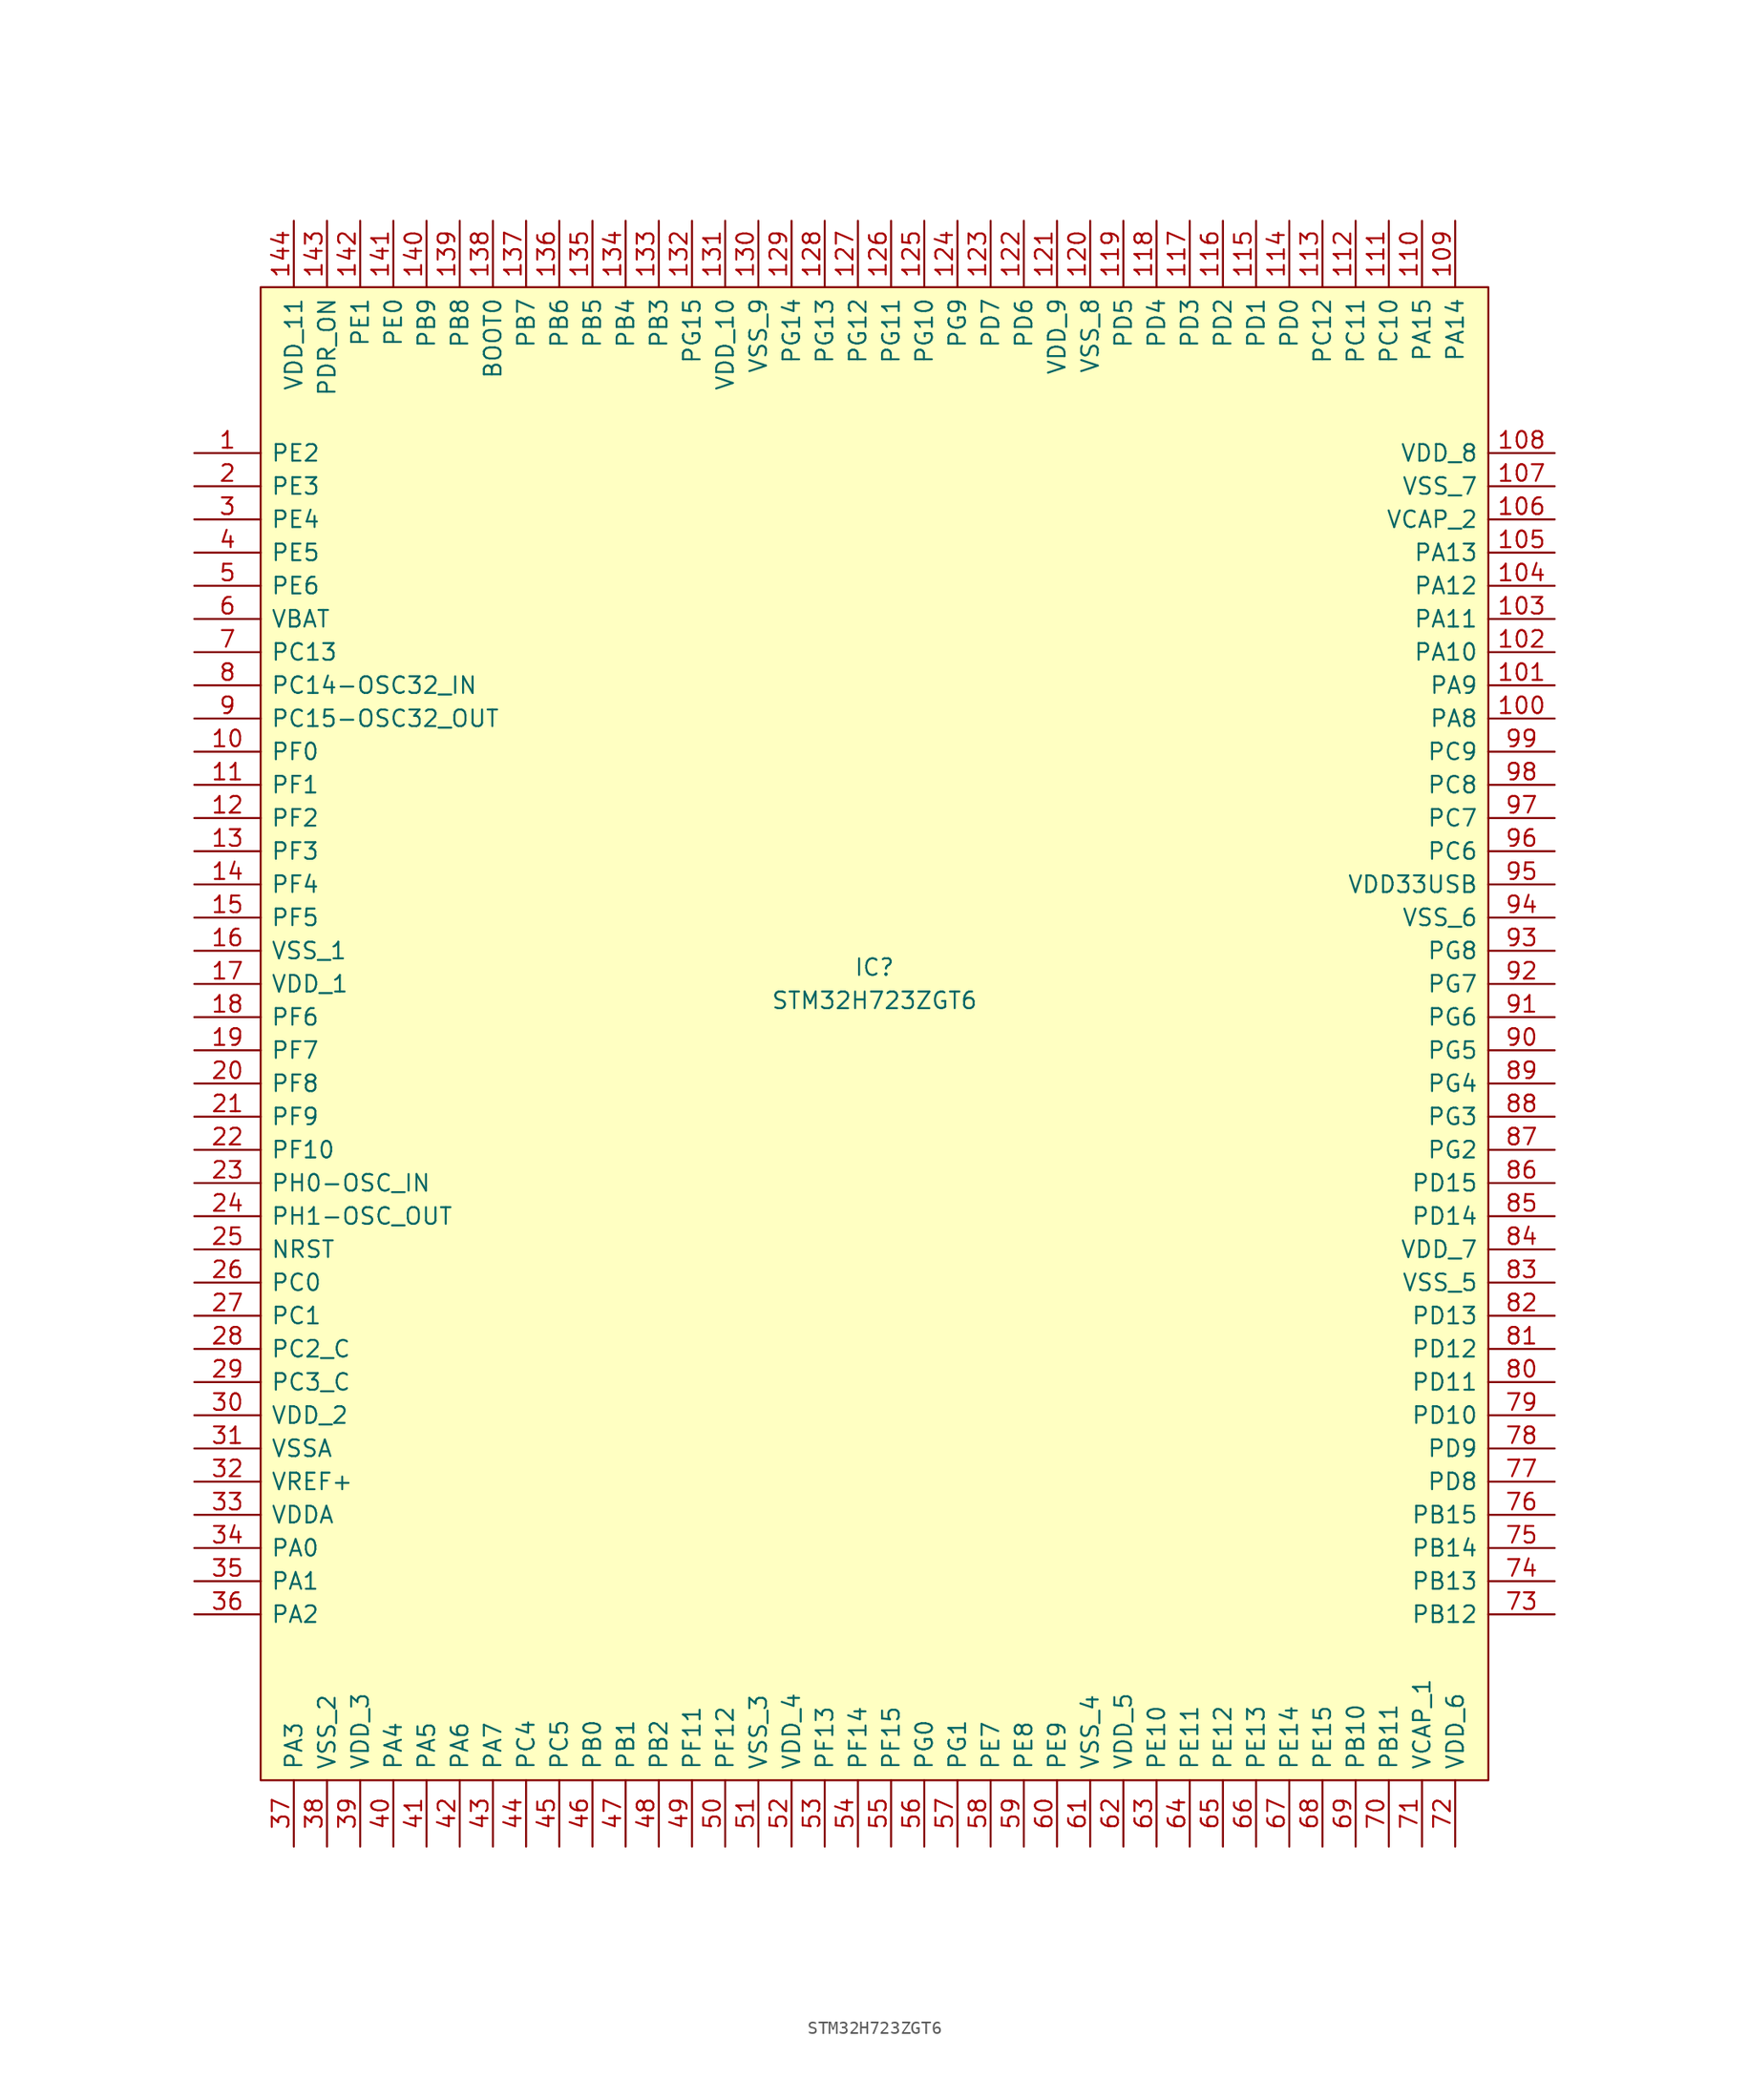
<source format=kicad_sym>
(kicad_symbol_lib
  (version 20220914)
  (generator kicad_symbol_editor)
  (symbol "STM32H723ZGT6"
    (pin_names
      (offset 0.762))
    (property "Reference" "IC"
      (at 52.07 -39.37 0)
      (effects (font (size 1.27 1.27))))
    (property "Value" "STM32H723ZGT6"
      (at 52.07 -41.91 0)
      (effects (font (size 1.27 1.27))))
    (symbol "STM32H723ZGT6_0_0"
      (pin passive line (at 0 0 0) (length 5.08) (name "PE2" (effects (font (size 1.27 1.27)))) (number "1" (effects (font (size 1.27 1.27)))))
      (pin passive line (at 0 -22.86 0) (length 5.08) (name "PF0" (effects (font (size 1.27 1.27)))) (number "10" (effects (font (size 1.27 1.27)))))
      (pin passive line (at 104.14 -20.32 180) (length 5.08) (name "PA8" (effects (font (size 1.27 1.27)))) (number "100" (effects (font (size 1.27 1.27)))))
      (pin passive line (at 104.14 -17.78 180) (length 5.08) (name "PA9" (effects (font (size 1.27 1.27)))) (number "101" (effects (font (size 1.27 1.27)))))
      (pin passive line (at 104.14 -15.24 180) (length 5.08) (name "PA10" (effects (font (size 1.27 1.27)))) (number "102" (effects (font (size 1.27 1.27)))))
      (pin passive line (at 104.14 -12.7 180) (length 5.08) (name "PA11" (effects (font (size 1.27 1.27)))) (number "103" (effects (font (size 1.27 1.27)))))
      (pin passive line (at 104.14 -10.16 180) (length 5.08) (name "PA12" (effects (font (size 1.27 1.27)))) (number "104" (effects (font (size 1.27 1.27)))))
      (pin passive line (at 104.14 -7.62 180) (length 5.08) (name "PA13" (effects (font (size 1.27 1.27)))) (number "105" (effects (font (size 1.27 1.27)))))
      (pin passive line (at 104.14 -5.08 180) (length 5.08) (name "VCAP_2" (effects (font (size 1.27 1.27)))) (number "106" (effects (font (size 1.27 1.27)))))
      (pin passive line (at 104.14 -2.54 180) (length 5.08) (name "VSS_7" (effects (font (size 1.27 1.27)))) (number "107" (effects (font (size 1.27 1.27)))))
      (pin passive line (at 104.14 0 180) (length 5.08) (name "VDD_8" (effects (font (size 1.27 1.27)))) (number "108" (effects (font (size 1.27 1.27)))))
      (pin passive line (at 96.52 17.78 270) (length 5.08) (name "PA14" (effects (font (size 1.27 1.27)))) (number "109" (effects (font (size 1.27 1.27)))))
      (pin passive line (at 0 -25.4 0) (length 5.08) (name "PF1" (effects (font (size 1.27 1.27)))) (number "11" (effects (font (size 1.27 1.27)))))
      (pin passive line (at 93.98 17.78 270) (length 5.08) (name "PA15" (effects (font (size 1.27 1.27)))) (number "110" (effects (font (size 1.27 1.27)))))
      (pin passive line (at 91.44 17.78 270) (length 5.08) (name "PC10" (effects (font (size 1.27 1.27)))) (number "111" (effects (font (size 1.27 1.27)))))
      (pin passive line (at 88.9 17.78 270) (length 5.08) (name "PC11" (effects (font (size 1.27 1.27)))) (number "112" (effects (font (size 1.27 1.27)))))
      (pin passive line (at 86.36 17.78 270) (length 5.08) (name "PC12" (effects (font (size 1.27 1.27)))) (number "113" (effects (font (size 1.27 1.27)))))
      (pin passive line (at 83.82 17.78 270) (length 5.08) (name "PD0" (effects (font (size 1.27 1.27)))) (number "114" (effects (font (size 1.27 1.27)))))
      (pin passive line (at 81.28 17.78 270) (length 5.08) (name "PD1" (effects (font (size 1.27 1.27)))) (number "115" (effects (font (size 1.27 1.27)))))
      (pin passive line (at 78.74 17.78 270) (length 5.08) (name "PD2" (effects (font (size 1.27 1.27)))) (number "116" (effects (font (size 1.27 1.27)))))
      (pin passive line (at 76.2 17.78 270) (length 5.08) (name "PD3" (effects (font (size 1.27 1.27)))) (number "117" (effects (font (size 1.27 1.27)))))
      (pin passive line (at 73.66 17.78 270) (length 5.08) (name "PD4" (effects (font (size 1.27 1.27)))) (number "118" (effects (font (size 1.27 1.27)))))
      (pin passive line (at 71.12 17.78 270) (length 5.08) (name "PD5" (effects (font (size 1.27 1.27)))) (number "119" (effects (font (size 1.27 1.27)))))
      (pin passive line (at 0 -27.94 0) (length 5.08) (name "PF2" (effects (font (size 1.27 1.27)))) (number "12" (effects (font (size 1.27 1.27)))))
      (pin passive line (at 68.58 17.78 270) (length 5.08) (name "VSS_8" (effects (font (size 1.27 1.27)))) (number "120" (effects (font (size 1.27 1.27)))))
      (pin passive line (at 66.04 17.78 270) (length 5.08) (name "VDD_9" (effects (font (size 1.27 1.27)))) (number "121" (effects (font (size 1.27 1.27)))))
      (pin passive line (at 63.5 17.78 270) (length 5.08) (name "PD6" (effects (font (size 1.27 1.27)))) (number "122" (effects (font (size 1.27 1.27)))))
      (pin passive line (at 60.96 17.78 270) (length 5.08) (name "PD7" (effects (font (size 1.27 1.27)))) (number "123" (effects (font (size 1.27 1.27)))))
      (pin passive line (at 58.42 17.78 270) (length 5.08) (name "PG9" (effects (font (size 1.27 1.27)))) (number "124" (effects (font (size 1.27 1.27)))))
      (pin passive line (at 55.88 17.78 270) (length 5.08) (name "PG10" (effects (font (size 1.27 1.27)))) (number "125" (effects (font (size 1.27 1.27)))))
      (pin passive line (at 53.34 17.78 270) (length 5.08) (name "PG11" (effects (font (size 1.27 1.27)))) (number "126" (effects (font (size 1.27 1.27)))))
      (pin passive line (at 50.8 17.78 270) (length 5.08) (name "PG12" (effects (font (size 1.27 1.27)))) (number "127" (effects (font (size 1.27 1.27)))))
      (pin passive line (at 48.26 17.78 270) (length 5.08) (name "PG13" (effects (font (size 1.27 1.27)))) (number "128" (effects (font (size 1.27 1.27)))))
      (pin passive line (at 45.72 17.78 270) (length 5.08) (name "PG14" (effects (font (size 1.27 1.27)))) (number "129" (effects (font (size 1.27 1.27)))))
      (pin passive line (at 0 -30.48 0) (length 5.08) (name "PF3" (effects (font (size 1.27 1.27)))) (number "13" (effects (font (size 1.27 1.27)))))
      (pin passive line (at 43.18 17.78 270) (length 5.08) (name "VSS_9" (effects (font (size 1.27 1.27)))) (number "130" (effects (font (size 1.27 1.27)))))
      (pin passive line (at 40.64 17.78 270) (length 5.08) (name "VDD_10" (effects (font (size 1.27 1.27)))) (number "131" (effects (font (size 1.27 1.27)))))
      (pin passive line (at 38.1 17.78 270) (length 5.08) (name "PG15" (effects (font (size 1.27 1.27)))) (number "132" (effects (font (size 1.27 1.27)))))
      (pin passive line (at 35.56 17.78 270) (length 5.08) (name "PB3" (effects (font (size 1.27 1.27)))) (number "133" (effects (font (size 1.27 1.27)))))
      (pin passive line (at 33.02 17.78 270) (length 5.08) (name "PB4" (effects (font (size 1.27 1.27)))) (number "134" (effects (font (size 1.27 1.27)))))
      (pin passive line (at 30.48 17.78 270) (length 5.08) (name "PB5" (effects (font (size 1.27 1.27)))) (number "135" (effects (font (size 1.27 1.27)))))
      (pin passive line (at 27.94 17.78 270) (length 5.08) (name "PB6" (effects (font (size 1.27 1.27)))) (number "136" (effects (font (size 1.27 1.27)))))
      (pin passive line (at 25.4 17.78 270) (length 5.08) (name "PB7" (effects (font (size 1.27 1.27)))) (number "137" (effects (font (size 1.27 1.27)))))
      (pin passive line (at 22.86 17.78 270) (length 5.08) (name "BOOT0" (effects (font (size 1.27 1.27)))) (number "138" (effects (font (size 1.27 1.27)))))
      (pin passive line (at 20.32 17.78 270) (length 5.08) (name "PB8" (effects (font (size 1.27 1.27)))) (number "139" (effects (font (size 1.27 1.27)))))
      (pin passive line (at 0 -33.02 0) (length 5.08) (name "PF4" (effects (font (size 1.27 1.27)))) (number "14" (effects (font (size 1.27 1.27)))))
      (pin passive line (at 17.78 17.78 270) (length 5.08) (name "PB9" (effects (font (size 1.27 1.27)))) (number "140" (effects (font (size 1.27 1.27)))))
      (pin passive line (at 15.24 17.78 270) (length 5.08) (name "PE0" (effects (font (size 1.27 1.27)))) (number "141" (effects (font (size 1.27 1.27)))))
      (pin passive line (at 12.7 17.78 270) (length 5.08) (name "PE1" (effects (font (size 1.27 1.27)))) (number "142" (effects (font (size 1.27 1.27)))))
      (pin passive line (at 10.16 17.78 270) (length 5.08) (name "PDR_ON" (effects (font (size 1.27 1.27)))) (number "143" (effects (font (size 1.27 1.27)))))
      (pin passive line (at 7.62 17.78 270) (length 5.08) (name "VDD_11" (effects (font (size 1.27 1.27)))) (number "144" (effects (font (size 1.27 1.27)))))
      (pin passive line (at 0 -35.56 0) (length 5.08) (name "PF5" (effects (font (size 1.27 1.27)))) (number "15" (effects (font (size 1.27 1.27)))))
      (pin passive line (at 0 -38.1 0) (length 5.08) (name "VSS_1" (effects (font (size 1.27 1.27)))) (number "16" (effects (font (size 1.27 1.27)))))
      (pin passive line (at 0 -40.64 0) (length 5.08) (name "VDD_1" (effects (font (size 1.27 1.27)))) (number "17" (effects (font (size 1.27 1.27)))))
      (pin passive line (at 0 -43.18 0) (length 5.08) (name "PF6" (effects (font (size 1.27 1.27)))) (number "18" (effects (font (size 1.27 1.27)))))
      (pin passive line (at 0 -45.72 0) (length 5.08) (name "PF7" (effects (font (size 1.27 1.27)))) (number "19" (effects (font (size 1.27 1.27)))))
      (pin passive line (at 0 -2.54 0) (length 5.08) (name "PE3" (effects (font (size 1.27 1.27)))) (number "2" (effects (font (size 1.27 1.27)))))
      (pin passive line (at 0 -48.26 0) (length 5.08) (name "PF8" (effects (font (size 1.27 1.27)))) (number "20" (effects (font (size 1.27 1.27)))))
      (pin passive line (at 0 -50.8 0) (length 5.08) (name "PF9" (effects (font (size 1.27 1.27)))) (number "21" (effects (font (size 1.27 1.27)))))
      (pin passive line (at 0 -53.34 0) (length 5.08) (name "PF10" (effects (font (size 1.27 1.27)))) (number "22" (effects (font (size 1.27 1.27)))))
      (pin passive line (at 0 -55.88 0) (length 5.08) (name "PH0-OSC_IN" (effects (font (size 1.27 1.27)))) (number "23" (effects (font (size 1.27 1.27)))))
      (pin passive line (at 0 -58.42 0) (length 5.08) (name "PH1-OSC_OUT" (effects (font (size 1.27 1.27)))) (number "24" (effects (font (size 1.27 1.27)))))
      (pin passive line (at 0 -60.96 0) (length 5.08) (name "NRST" (effects (font (size 1.27 1.27)))) (number "25" (effects (font (size 1.27 1.27)))))
      (pin passive line (at 0 -63.5 0) (length 5.08) (name "PC0" (effects (font (size 1.27 1.27)))) (number "26" (effects (font (size 1.27 1.27)))))
      (pin passive line (at 0 -66.04 0) (length 5.08) (name "PC1" (effects (font (size 1.27 1.27)))) (number "27" (effects (font (size 1.27 1.27)))))
      (pin passive line (at 0 -68.58 0) (length 5.08) (name "PC2_C" (effects (font (size 1.27 1.27)))) (number "28" (effects (font (size 1.27 1.27)))))
      (pin passive line (at 0 -71.12 0) (length 5.08) (name "PC3_C" (effects (font (size 1.27 1.27)))) (number "29" (effects (font (size 1.27 1.27)))))
      (pin passive line (at 0 -5.08 0) (length 5.08) (name "PE4" (effects (font (size 1.27 1.27)))) (number "3" (effects (font (size 1.27 1.27)))))
      (pin passive line (at 0 -73.66 0) (length 5.08) (name "VDD_2" (effects (font (size 1.27 1.27)))) (number "30" (effects (font (size 1.27 1.27)))))
      (pin passive line (at 0 -76.2 0) (length 5.08) (name "VSSA" (effects (font (size 1.27 1.27)))) (number "31" (effects (font (size 1.27 1.27)))))
      (pin passive line (at 0 -78.74 0) (length 5.08) (name "VREF+" (effects (font (size 1.27 1.27)))) (number "32" (effects (font (size 1.27 1.27)))))
      (pin passive line (at 0 -81.28 0) (length 5.08) (name "VDDA" (effects (font (size 1.27 1.27)))) (number "33" (effects (font (size 1.27 1.27)))))
      (pin passive line (at 0 -83.82 0) (length 5.08) (name "PA0" (effects (font (size 1.27 1.27)))) (number "34" (effects (font (size 1.27 1.27)))))
      (pin passive line (at 0 -86.36 0) (length 5.08) (name "PA1" (effects (font (size 1.27 1.27)))) (number "35" (effects (font (size 1.27 1.27)))))
      (pin passive line (at 0 -88.9 0) (length 5.08) (name "PA2" (effects (font (size 1.27 1.27)))) (number "36" (effects (font (size 1.27 1.27)))))
      (pin passive line (at 7.62 -106.68 90) (length 5.08) (name "PA3" (effects (font (size 1.27 1.27)))) (number "37" (effects (font (size 1.27 1.27)))))
      (pin passive line (at 10.16 -106.68 90) (length 5.08) (name "VSS_2" (effects (font (size 1.27 1.27)))) (number "38" (effects (font (size 1.27 1.27)))))
      (pin passive line (at 12.7 -106.68 90) (length 5.08) (name "VDD_3" (effects (font (size 1.27 1.27)))) (number "39" (effects (font (size 1.27 1.27)))))
      (pin passive line (at 0 -7.62 0) (length 5.08) (name "PE5" (effects (font (size 1.27 1.27)))) (number "4" (effects (font (size 1.27 1.27)))))
      (pin passive line (at 15.24 -106.68 90) (length 5.08) (name "PA4" (effects (font (size 1.27 1.27)))) (number "40" (effects (font (size 1.27 1.27)))))
      (pin passive line (at 17.78 -106.68 90) (length 5.08) (name "PA5" (effects (font (size 1.27 1.27)))) (number "41" (effects (font (size 1.27 1.27)))))
      (pin passive line (at 20.32 -106.68 90) (length 5.08) (name "PA6" (effects (font (size 1.27 1.27)))) (number "42" (effects (font (size 1.27 1.27)))))
      (pin passive line (at 22.86 -106.68 90) (length 5.08) (name "PA7" (effects (font (size 1.27 1.27)))) (number "43" (effects (font (size 1.27 1.27)))))
      (pin passive line (at 25.4 -106.68 90) (length 5.08) (name "PC4" (effects (font (size 1.27 1.27)))) (number "44" (effects (font (size 1.27 1.27)))))
      (pin passive line (at 27.94 -106.68 90) (length 5.08) (name "PC5" (effects (font (size 1.27 1.27)))) (number "45" (effects (font (size 1.27 1.27)))))
      (pin passive line (at 30.48 -106.68 90) (length 5.08) (name "PB0" (effects (font (size 1.27 1.27)))) (number "46" (effects (font (size 1.27 1.27)))))
      (pin passive line (at 33.02 -106.68 90) (length 5.08) (name "PB1" (effects (font (size 1.27 1.27)))) (number "47" (effects (font (size 1.27 1.27)))))
      (pin passive line (at 35.56 -106.68 90) (length 5.08) (name "PB2" (effects (font (size 1.27 1.27)))) (number "48" (effects (font (size 1.27 1.27)))))
      (pin passive line (at 38.1 -106.68 90) (length 5.08) (name "PF11" (effects (font (size 1.27 1.27)))) (number "49" (effects (font (size 1.27 1.27)))))
      (pin passive line (at 0 -10.16 0) (length 5.08) (name "PE6" (effects (font (size 1.27 1.27)))) (number "5" (effects (font (size 1.27 1.27)))))
      (pin passive line (at 40.64 -106.68 90) (length 5.08) (name "PF12" (effects (font (size 1.27 1.27)))) (number "50" (effects (font (size 1.27 1.27)))))
      (pin passive line (at 43.18 -106.68 90) (length 5.08) (name "VSS_3" (effects (font (size 1.27 1.27)))) (number "51" (effects (font (size 1.27 1.27)))))
      (pin passive line (at 45.72 -106.68 90) (length 5.08) (name "VDD_4" (effects (font (size 1.27 1.27)))) (number "52" (effects (font (size 1.27 1.27)))))
      (pin passive line (at 48.26 -106.68 90) (length 5.08) (name "PF13" (effects (font (size 1.27 1.27)))) (number "53" (effects (font (size 1.27 1.27)))))
      (pin passive line (at 50.8 -106.68 90) (length 5.08) (name "PF14" (effects (font (size 1.27 1.27)))) (number "54" (effects (font (size 1.27 1.27)))))
      (pin passive line (at 53.34 -106.68 90) (length 5.08) (name "PF15" (effects (font (size 1.27 1.27)))) (number "55" (effects (font (size 1.27 1.27)))))
      (pin passive line (at 55.88 -106.68 90) (length 5.08) (name "PG0" (effects (font (size 1.27 1.27)))) (number "56" (effects (font (size 1.27 1.27)))))
      (pin passive line (at 58.42 -106.68 90) (length 5.08) (name "PG1" (effects (font (size 1.27 1.27)))) (number "57" (effects (font (size 1.27 1.27)))))
      (pin passive line (at 60.96 -106.68 90) (length 5.08) (name "PE7" (effects (font (size 1.27 1.27)))) (number "58" (effects (font (size 1.27 1.27)))))
      (pin passive line (at 63.5 -106.68 90) (length 5.08) (name "PE8" (effects (font (size 1.27 1.27)))) (number "59" (effects (font (size 1.27 1.27)))))
      (pin passive line (at 0 -12.7 0) (length 5.08) (name "VBAT" (effects (font (size 1.27 1.27)))) (number "6" (effects (font (size 1.27 1.27)))))
      (pin passive line (at 66.04 -106.68 90) (length 5.08) (name "PE9" (effects (font (size 1.27 1.27)))) (number "60" (effects (font (size 1.27 1.27)))))
      (pin passive line (at 68.58 -106.68 90) (length 5.08) (name "VSS_4" (effects (font (size 1.27 1.27)))) (number "61" (effects (font (size 1.27 1.27)))))
      (pin passive line (at 71.12 -106.68 90) (length 5.08) (name "VDD_5" (effects (font (size 1.27 1.27)))) (number "62" (effects (font (size 1.27 1.27)))))
      (pin passive line (at 73.66 -106.68 90) (length 5.08) (name "PE10" (effects (font (size 1.27 1.27)))) (number "63" (effects (font (size 1.27 1.27)))))
      (pin passive line (at 76.2 -106.68 90) (length 5.08) (name "PE11" (effects (font (size 1.27 1.27)))) (number "64" (effects (font (size 1.27 1.27)))))
      (pin passive line (at 78.74 -106.68 90) (length 5.08) (name "PE12" (effects (font (size 1.27 1.27)))) (number "65" (effects (font (size 1.27 1.27)))))
      (pin passive line (at 81.28 -106.68 90) (length 5.08) (name "PE13" (effects (font (size 1.27 1.27)))) (number "66" (effects (font (size 1.27 1.27)))))
      (pin passive line (at 83.82 -106.68 90) (length 5.08) (name "PE14" (effects (font (size 1.27 1.27)))) (number "67" (effects (font (size 1.27 1.27)))))
      (pin passive line (at 86.36 -106.68 90) (length 5.08) (name "PE15" (effects (font (size 1.27 1.27)))) (number "68" (effects (font (size 1.27 1.27)))))
      (pin passive line (at 88.9 -106.68 90) (length 5.08) (name "PB10" (effects (font (size 1.27 1.27)))) (number "69" (effects (font (size 1.27 1.27)))))
      (pin passive line (at 0 -15.24 0) (length 5.08) (name "PC13" (effects (font (size 1.27 1.27)))) (number "7" (effects (font (size 1.27 1.27)))))
      (pin passive line (at 91.44 -106.68 90) (length 5.08) (name "PB11" (effects (font (size 1.27 1.27)))) (number "70" (effects (font (size 1.27 1.27)))))
      (pin passive line (at 93.98 -106.68 90) (length 5.08) (name "VCAP_1" (effects (font (size 1.27 1.27)))) (number "71" (effects (font (size 1.27 1.27)))))
      (pin passive line (at 96.52 -106.68 90) (length 5.08) (name "VDD_6" (effects (font (size 1.27 1.27)))) (number "72" (effects (font (size 1.27 1.27)))))
      (pin passive line (at 104.14 -88.9 180) (length 5.08) (name "PB12" (effects (font (size 1.27 1.27)))) (number "73" (effects (font (size 1.27 1.27)))))
      (pin passive line (at 104.14 -86.36 180) (length 5.08) (name "PB13" (effects (font (size 1.27 1.27)))) (number "74" (effects (font (size 1.27 1.27)))))
      (pin passive line (at 104.14 -83.82 180) (length 5.08) (name "PB14" (effects (font (size 1.27 1.27)))) (number "75" (effects (font (size 1.27 1.27)))))
      (pin passive line (at 104.14 -81.28 180) (length 5.08) (name "PB15" (effects (font (size 1.27 1.27)))) (number "76" (effects (font (size 1.27 1.27)))))
      (pin passive line (at 104.14 -78.74 180) (length 5.08) (name "PD8" (effects (font (size 1.27 1.27)))) (number "77" (effects (font (size 1.27 1.27)))))
      (pin passive line (at 104.14 -76.2 180) (length 5.08) (name "PD9" (effects (font (size 1.27 1.27)))) (number "78" (effects (font (size 1.27 1.27)))))
      (pin passive line (at 104.14 -73.66 180) (length 5.08) (name "PD10" (effects (font (size 1.27 1.27)))) (number "79" (effects (font (size 1.27 1.27)))))
      (pin passive line (at 0 -17.78 0) (length 5.08) (name "PC14-OSC32_IN" (effects (font (size 1.27 1.27)))) (number "8" (effects (font (size 1.27 1.27)))))
      (pin passive line (at 104.14 -71.12 180) (length 5.08) (name "PD11" (effects (font (size 1.27 1.27)))) (number "80" (effects (font (size 1.27 1.27)))))
      (pin passive line (at 104.14 -68.58 180) (length 5.08) (name "PD12" (effects (font (size 1.27 1.27)))) (number "81" (effects (font (size 1.27 1.27)))))
      (pin passive line (at 104.14 -66.04 180) (length 5.08) (name "PD13" (effects (font (size 1.27 1.27)))) (number "82" (effects (font (size 1.27 1.27)))))
      (pin passive line (at 104.14 -63.5 180) (length 5.08) (name "VSS_5" (effects (font (size 1.27 1.27)))) (number "83" (effects (font (size 1.27 1.27)))))
      (pin passive line (at 104.14 -60.96 180) (length 5.08) (name "VDD_7" (effects (font (size 1.27 1.27)))) (number "84" (effects (font (size 1.27 1.27)))))
      (pin passive line (at 104.14 -58.42 180) (length 5.08) (name "PD14" (effects (font (size 1.27 1.27)))) (number "85" (effects (font (size 1.27 1.27)))))
      (pin passive line (at 104.14 -55.88 180) (length 5.08) (name "PD15" (effects (font (size 1.27 1.27)))) (number "86" (effects (font (size 1.27 1.27)))))
      (pin passive line (at 104.14 -53.34 180) (length 5.08) (name "PG2" (effects (font (size 1.27 1.27)))) (number "87" (effects (font (size 1.27 1.27)))))
      (pin passive line (at 104.14 -50.8 180) (length 5.08) (name "PG3" (effects (font (size 1.27 1.27)))) (number "88" (effects (font (size 1.27 1.27)))))
      (pin passive line (at 104.14 -48.26 180) (length 5.08) (name "PG4" (effects (font (size 1.27 1.27)))) (number "89" (effects (font (size 1.27 1.27)))))
      (pin passive line (at 0 -20.32 0) (length 5.08) (name "PC15-OSC32_OUT" (effects (font (size 1.27 1.27)))) (number "9" (effects (font (size 1.27 1.27)))))
      (pin passive line (at 104.14 -45.72 180) (length 5.08) (name "PG5" (effects (font (size 1.27 1.27)))) (number "90" (effects (font (size 1.27 1.27)))))
      (pin passive line (at 104.14 -43.18 180) (length 5.08) (name "PG6" (effects (font (size 1.27 1.27)))) (number "91" (effects (font (size 1.27 1.27)))))
      (pin passive line (at 104.14 -40.64 180) (length 5.08) (name "PG7" (effects (font (size 1.27 1.27)))) (number "92" (effects (font (size 1.27 1.27)))))
      (pin passive line (at 104.14 -38.1 180) (length 5.08) (name "PG8" (effects (font (size 1.27 1.27)))) (number "93" (effects (font (size 1.27 1.27)))))
      (pin passive line (at 104.14 -35.56 180) (length 5.08) (name "VSS_6" (effects (font (size 1.27 1.27)))) (number "94" (effects (font (size 1.27 1.27)))))
      (pin passive line (at 104.14 -33.02 180) (length 5.08) (name "VDD33USB" (effects (font (size 1.27 1.27)))) (number "95" (effects (font (size 1.27 1.27)))))
      (pin passive line (at 104.14 -30.48 180) (length 5.08) (name "PC6" (effects (font (size 1.27 1.27)))) (number "96" (effects (font (size 1.27 1.27)))))
      (pin passive line (at 104.14 -27.94 180) (length 5.08) (name "PC7" (effects (font (size 1.27 1.27)))) (number "97" (effects (font (size 1.27 1.27)))))
      (pin passive line (at 104.14 -25.4 180) (length 5.08) (name "PC8" (effects (font (size 1.27 1.27)))) (number "98" (effects (font (size 1.27 1.27)))))
      (pin passive line (at 104.14 -22.86 180) (length 5.08) (name "PC9" (effects (font (size 1.27 1.27)))) (number "99" (effects (font (size 1.27 1.27))))))
    (symbol "STM32H723ZGT6_0_1"
      (polyline (pts (xy 5.08 12.7) (xy 99.06 12.7) (xy 99.06 -101.6) (xy 5.08 -101.6) (xy 5.08 12.7)) (stroke (width 0.152) (type solid)) (fill (type none))))
    (symbol "STM32H723ZGT6_1_1"
      (rectangle (start 5.08 12.7) (end 99.06 -101.6) (stroke (width -0.0001) (type default)) (fill (type background))))))
</source>
